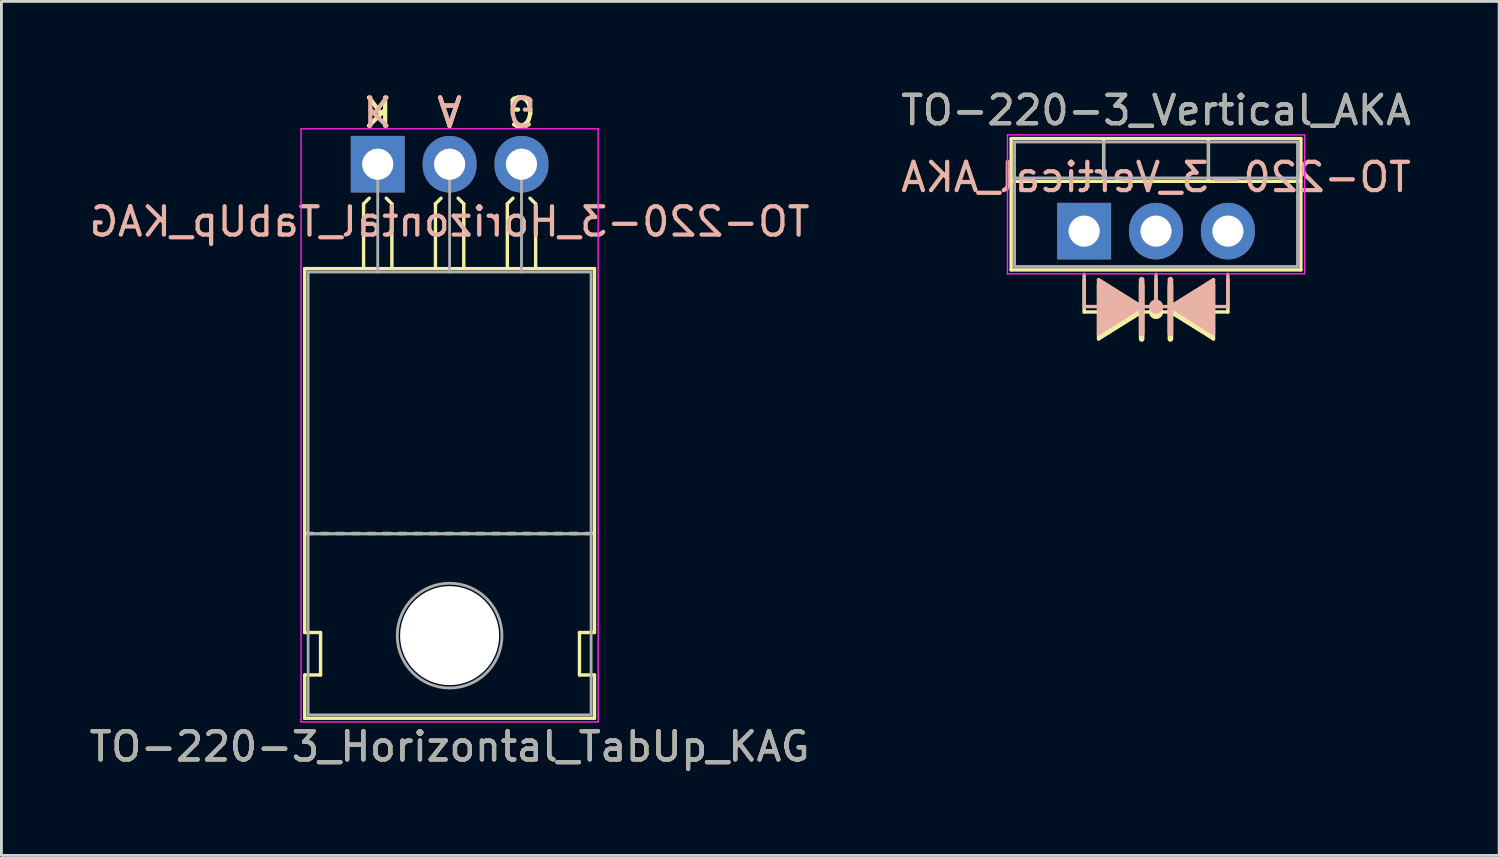
<source format=kicad_pcb>
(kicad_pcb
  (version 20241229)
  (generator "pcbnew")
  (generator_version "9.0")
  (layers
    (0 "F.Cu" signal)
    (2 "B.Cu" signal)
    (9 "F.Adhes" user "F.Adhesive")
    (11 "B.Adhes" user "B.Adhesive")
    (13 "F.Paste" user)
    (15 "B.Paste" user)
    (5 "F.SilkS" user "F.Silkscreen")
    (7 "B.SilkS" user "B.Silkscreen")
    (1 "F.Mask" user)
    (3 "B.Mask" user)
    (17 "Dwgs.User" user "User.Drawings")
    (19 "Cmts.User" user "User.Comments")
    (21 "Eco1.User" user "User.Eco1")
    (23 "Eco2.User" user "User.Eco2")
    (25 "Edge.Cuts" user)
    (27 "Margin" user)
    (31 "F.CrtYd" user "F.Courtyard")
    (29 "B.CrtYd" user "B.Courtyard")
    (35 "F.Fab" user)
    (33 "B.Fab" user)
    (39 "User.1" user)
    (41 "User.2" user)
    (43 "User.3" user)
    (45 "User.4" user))
  (footprint "TO-220-3_Vertical_AKA"
    (layer "F.Cu")
    (at 35.264 5.118)
    (property "Reference" "TO-220-3_Vertical_AKA" (at 2.54 -4.27 0) (layer "F.SilkS") (effects (font (size 1 1) (thickness 0.15))))
    (fp_line (start -2.58 -3.27) (end -2.58 1.371) (stroke (width 0.12) (type solid)) (layer "F.SilkS"))
    (fp_line (start -2.58 -3.27) (end 7.66 -3.27) (stroke (width 0.12) (type solid)) (layer "F.SilkS"))
    (fp_line (start -2.58 -1.76) (end 7.66 -1.76) (stroke (width 0.12) (type solid)) (layer "F.SilkS"))
    (fp_line (start -2.58 1.371) (end 7.66 1.371) (stroke (width 0.12) (type solid)) (layer "F.SilkS"))
    (fp_line (start 0 1.714) (end 0 2.857) (stroke (width 0.12) (type solid)) (layer "F.SilkS"))
    (fp_line (start 0 2.857) (end 0.508 2.857) (stroke (width 0.12) (type solid)) (layer "F.SilkS"))
    (fp_line (start 0.508 2.095) (end 0.508 1.905) (stroke (width 0.12) (type solid)) (layer "F.SilkS"))
    (fp_line (start 0.508 2.095) (end 0.508 3.619) (stroke (width 0.12) (type solid)) (layer "F.SilkS"))
    (fp_line (start 0.508 3.619) (end 0.508 3.81) (stroke (width 0.12) (type solid)) (layer "F.SilkS"))
    (fp_line (start 0.69 -3.27) (end 0.69 -1.76) (stroke (width 0.12) (type solid)) (layer "F.SilkS"))
    (fp_line (start 2.032 2.857) (end 0.508 1.905) (stroke (width 0.12) (type solid)) (layer "F.SilkS"))
    (fp_line (start 2.032 2.857) (end 0.508 3.81) (stroke (width 0.12) (type solid)) (layer "F.SilkS"))
    (fp_line (start 2.032 3.81) (end 2.032 1.905) (stroke (width 0.2) (type solid)) (layer "F.SilkS"))
    (fp_line (start 2.54 1.714) (end 2.54 2.857) (stroke (width 0.12) (type solid)) (layer "F.SilkS"))
    (fp_line (start 2.54 2.857) (end 2.032 2.857) (stroke (width 0.12) (type solid)) (layer "F.SilkS"))
    (fp_line (start 2.54 2.857) (end 3.048 2.857) (stroke (width 0.12) (type solid)) (layer "F.SilkS"))
    (fp_line (start 3.048 1.905) (end 3.048 3.81) (stroke (width 0.2) (type solid)) (layer "F.SilkS"))
    (fp_line (start 3.048 2.857) (end 4.572 3.81) (stroke (width 0.12) (type solid)) (layer "F.SilkS"))
    (fp_line (start 4.391 -3.27) (end 4.391 -1.76) (stroke (width 0.12) (type solid)) (layer "F.SilkS"))
    (fp_line (start 4.572 1.905) (end 3.048 2.857) (stroke (width 0.12) (type solid)) (layer "F.SilkS"))
    (fp_line (start 4.572 3.81) (end 4.572 1.905) (stroke (width 0.12) (type solid)) (layer "F.SilkS"))
    (fp_line (start 5.08 1.714) (end 5.08 2.857) (stroke (width 0.12) (type solid)) (layer "F.SilkS"))
    (fp_line (start 5.08 2.857) (end 4.572 2.857) (stroke (width 0.12) (type solid)) (layer "F.SilkS"))
    (fp_line (start 7.66 -3.27) (end 7.66 1.371) (stroke (width 0.12) (type solid)) (layer "F.SilkS"))
    (fp_circle (center 2.54 2.857) (end 2.54 2.921) (stroke (width 0.12) (type solid)) (fill no) (layer "F.SilkS"))
    (fp_circle (center 2.54 2.857) (end 2.54 2.985) (stroke (width 0.12) (type solid)) (fill no) (layer "F.SilkS"))
    (fp_circle (center 2.54 2.857) (end 2.54 3.048) (stroke (width 0.12) (type solid)) (fill no) (layer "F.SilkS"))
    (fp_poly (pts (xy 2.032 2.857) (xy 0.508 3.81) (xy 0.508 1.905)) (stroke (width 0.1) (type solid)) (fill yes) (layer "F.SilkS"))
    (fp_poly (pts (xy 4.572 3.81) (xy 3.048 2.857) (xy 4.572 1.905)) (stroke (width 0.1) (type solid)) (fill yes) (layer "F.SilkS"))
    (fp_line (start 0 1.524) (end 0 2.667) (stroke (width 0.12) (type solid)) (layer "B.SilkS"))
    (fp_line (start 0 2.667) (end 0.508 2.667) (stroke (width 0.12) (type solid)) (layer "B.SilkS"))
    (fp_line (start 0.508 1.714) (end 2.032 2.667) (stroke (width 0.12) (type solid)) (layer "B.SilkS"))
    (fp_line (start 0.508 3.619) (end 0.508 1.714) (stroke (width 0.12) (type solid)) (layer "B.SilkS"))
    (fp_line (start 2.032 1.714) (end 2.032 3.619) (stroke (width 0.2) (type solid)) (layer "B.SilkS"))
    (fp_line (start 2.032 2.667) (end 0.508 3.619) (stroke (width 0.12) (type solid)) (layer "B.SilkS"))
    (fp_line (start 2.54 1.524) (end 2.54 2.667) (stroke (width 0.12) (type solid)) (layer "B.SilkS"))
    (fp_line (start 2.54 2.667) (end 2.032 2.667) (stroke (width 0.12) (type solid)) (layer "B.SilkS"))
    (fp_line (start 2.54 2.667) (end 3.048 2.667) (stroke (width 0.12) (type solid)) (layer "B.SilkS"))
    (fp_line (start 3.048 2.667) (end 4.572 1.714) (stroke (width 0.12) (type solid)) (layer "B.SilkS"))
    (fp_line (start 3.048 2.667) (end 4.572 3.619) (stroke (width 0.12) (type solid)) (layer "B.SilkS"))
    (fp_line (start 3.048 3.619) (end 3.048 1.714) (stroke (width 0.2) (type solid)) (layer "B.SilkS"))
    (fp_line (start 4.572 1.905) (end 4.572 1.714) (stroke (width 0.12) (type solid)) (layer "B.SilkS"))
    (fp_line (start 4.572 1.905) (end 4.572 3.429) (stroke (width 0.12) (type solid)) (layer "B.SilkS"))
    (fp_line (start 4.572 3.429) (end 4.572 3.619) (stroke (width 0.12) (type solid)) (layer "B.SilkS"))
    (fp_line (start 5.08 1.524) (end 5.08 2.667) (stroke (width 0.12) (type solid)) (layer "B.SilkS"))
    (fp_line (start 5.08 2.667) (end 4.572 2.667) (stroke (width 0.12) (type solid)) (layer "B.SilkS"))
    (fp_circle (center 2.54 2.667) (end 2.54 2.731) (stroke (width 0.12) (type solid)) (fill no) (layer "B.SilkS"))
    (fp_circle (center 2.54 2.667) (end 2.54 2.794) (stroke (width 0.12) (type solid)) (fill no) (layer "B.SilkS"))
    (fp_circle (center 2.54 2.667) (end 2.54 2.857) (stroke (width 0.12) (type solid)) (fill no) (layer "B.SilkS"))
    (fp_poly (pts (xy 0.508 3.619) (xy 2.032 2.667) (xy 0.508 1.714)) (stroke (width 0.1) (type solid)) (fill yes) (layer "B.SilkS"))
    (fp_poly (pts (xy 3.048 2.667) (xy 4.572 3.619) (xy 4.572 1.714)) (stroke (width 0.1) (type solid)) (fill yes) (layer "B.SilkS"))
    (fp_line (start -2.71 -3.4) (end -2.71 1.51) (stroke (width 0.05) (type solid)) (layer "F.CrtYd"))
    (fp_line (start -2.71 1.51) (end 7.79 1.51) (stroke (width 0.05) (type solid)) (layer "F.CrtYd"))
    (fp_line (start 7.79 -3.4) (end -2.71 -3.4) (stroke (width 0.05) (type solid)) (layer "F.CrtYd"))
    (fp_line (start 7.79 1.51) (end 7.79 -3.4) (stroke (width 0.05) (type solid)) (layer "F.CrtYd"))
    (fp_line (start -2.46 -3.15) (end -2.46 1.25) (stroke (width 0.1) (type solid)) (layer "F.Fab"))
    (fp_line (start -2.46 -1.88) (end 7.54 -1.88) (stroke (width 0.1) (type solid)) (layer "F.Fab"))
    (fp_line (start -2.46 1.25) (end 7.54 1.25) (stroke (width 0.1) (type solid)) (layer "F.Fab"))
    (fp_line (start 0.69 -3.15) (end 0.69 -1.88) (stroke (width 0.1) (type solid)) (layer "F.Fab"))
    (fp_line (start 4.39 -3.15) (end 4.39 -1.88) (stroke (width 0.1) (type solid)) (layer "F.Fab"))
    (fp_line (start 7.54 -3.15) (end -2.46 -3.15) (stroke (width 0.1) (type solid)) (layer "F.Fab"))
    (fp_line (start 7.54 1.25) (end 7.54 -3.15) (stroke (width 0.1) (type solid)) (layer "F.Fab"))
    (fp_text user "${REFERENCE}" (at 2.54 -1.905 0) (layer "B.SilkS") (effects (font (size 1 1) (thickness 0.15)) (justify mirror)))
    (fp_text user "${REFERENCE}" (at 2.54 -4.27 0) (layer "F.Fab") (effects (font (size 1 1) (thickness 0.15))))
    (pad "1" thru_hole rect (at 0 0) (size 1.905 2) (drill 1.1) (layers "*.Cu" "*.Mask"))
    (pad "2" thru_hole oval (at 2.54 0) (size 1.905 2) (drill 1.1) (layers "*.Cu" "*.Mask"))
    (pad "3" thru_hole oval (at 5.08 0) (size 1.905 2) (drill 1.1) (layers "*.Cu" "*.Mask")))
  (footprint "TO-220-3_Horizontal_TabUp_KAG"
    (layer "F.Cu")
    (at 10.299 2.753)
    (property "Reference" "TO-220-3_Horizontal_TabUp_KAG" (at 2.54 20.58 0) (layer "F.SilkS") (effects (font (size 1 1) (thickness 0.15))))
    (fp_line (start -2.58 16.55) (end -2.58 3.69) (stroke (width 0.12) (type solid)) (layer "F.SilkS"))
    (fp_line (start -2.58 16.55) (end -2.02 16.55) (stroke (width 0.12) (type solid)) (layer "F.SilkS"))
    (fp_line (start -2.58 19.58) (end -2.58 18.05) (stroke (width 0.12) (type solid)) (layer "F.SilkS"))
    (fp_line (start -2.3 13.05) (end -2.55 13.05) (stroke (width 0.12) (type solid)) (layer "F.SilkS"))
    (fp_line (start -2.02 16.55) (end -2.02 18.05) (stroke (width 0.12) (type solid)) (layer "F.SilkS"))
    (fp_line (start -2.02 18.05) (end -2.58 18.05) (stroke (width 0.12) (type solid)) (layer "F.SilkS"))
    (fp_line (start -1.75 13.05) (end -2 13.05) (stroke (width 0.12) (type solid)) (layer "F.SilkS"))
    (fp_line (start -1.2 13.05) (end -1.45 13.05) (stroke (width 0.12) (type solid)) (layer "F.SilkS"))
    (fp_line (start -0.65 13.05) (end -0.9 13.05) (stroke (width 0.12) (type solid)) (layer "F.SilkS"))
    (fp_line (start -0.5 1.4) (end -0.3 1.2) (stroke (width 0.12) (type solid)) (layer "F.SilkS"))
    (fp_line (start -0.5 3.65) (end -0.5 1.4) (stroke (width 0.12) (type solid)) (layer "F.SilkS"))
    (fp_line (start -0.1 13.05) (end -0.35 13.05) (stroke (width 0.12) (type solid)) (layer "F.SilkS"))
    (fp_line (start 0.45 13.05) (end 0.2 13.05) (stroke (width 0.12) (type solid)) (layer "F.SilkS"))
    (fp_line (start 0.5 1.4) (end 0.3 1.2) (stroke (width 0.12) (type solid)) (layer "F.SilkS"))
    (fp_line (start 0.5 3.65) (end 0.5 1.4) (stroke (width 0.12) (type solid)) (layer "F.SilkS"))
    (fp_line (start 1 13.05) (end 0.75 13.05) (stroke (width 0.12) (type solid)) (layer "F.SilkS"))
    (fp_line (start 1.55 13.05) (end 1.3 13.05) (stroke (width 0.12) (type solid)) (layer "F.SilkS"))
    (fp_line (start 2.04 1.4) (end 2.24 1.2) (stroke (width 0.12) (type solid)) (layer "F.SilkS"))
    (fp_line (start 2.04 3.65) (end 2.04 1.4) (stroke (width 0.12) (type solid)) (layer "F.SilkS"))
    (fp_line (start 2.1 13.05) (end 1.85 13.05) (stroke (width 0.12) (type solid)) (layer "F.SilkS"))
    (fp_line (start 2.65 13.05) (end 2.4 13.05) (stroke (width 0.12) (type solid)) (layer "F.SilkS"))
    (fp_line (start 3.04 1.4) (end 2.84 1.2) (stroke (width 0.12) (type solid)) (layer "F.SilkS"))
    (fp_line (start 3.04 3.65) (end 3.04 1.4) (stroke (width 0.12) (type solid)) (layer "F.SilkS"))
    (fp_line (start 3.2 13.05) (end 2.95 13.05) (stroke (width 0.12) (type solid)) (layer "F.SilkS"))
    (fp_line (start 3.75 13.05) (end 3.5 13.05) (stroke (width 0.12) (type solid)) (layer "F.SilkS"))
    (fp_line (start 4.3 13.05) (end 4.05 13.05) (stroke (width 0.12) (type solid)) (layer "F.SilkS"))
    (fp_line (start 4.58 1.4) (end 4.78 1.2) (stroke (width 0.12) (type solid)) (layer "F.SilkS"))
    (fp_line (start 4.58 3.65) (end 4.58 1.4) (stroke (width 0.12) (type solid)) (layer "F.SilkS"))
    (fp_line (start 4.85 13.05) (end 4.6 13.05) (stroke (width 0.12) (type solid)) (layer "F.SilkS"))
    (fp_line (start 5.4 13.05) (end 5.15 13.05) (stroke (width 0.12) (type solid)) (layer "F.SilkS"))
    (fp_line (start 5.58 1.4) (end 5.38 1.2) (stroke (width 0.12) (type solid)) (layer "F.SilkS"))
    (fp_line (start 5.58 3.65) (end 5.58 1.4) (stroke (width 0.12) (type solid)) (layer "F.SilkS"))
    (fp_line (start 5.95 13.05) (end 5.7 13.05) (stroke (width 0.12) (type solid)) (layer "F.SilkS"))
    (fp_line (start 6.5 13.05) (end 6.25 13.05) (stroke (width 0.12) (type solid)) (layer "F.SilkS"))
    (fp_line (start 7.05 13.05) (end 6.8 13.05) (stroke (width 0.12) (type solid)) (layer "F.SilkS"))
    (fp_line (start 7.13 16.55) (end 7.655 16.55) (stroke (width 0.12) (type solid)) (layer "F.SilkS"))
    (fp_line (start 7.13 18.05) (end 7.13 16.55) (stroke (width 0.12) (type solid)) (layer "F.SilkS"))
    (fp_line (start 7.6 13.05) (end 7.35 13.05) (stroke (width 0.12) (type solid)) (layer "F.SilkS"))
    (fp_line (start 7.66 3.69) (end -2.58 3.69) (stroke (width 0.12) (type solid)) (layer "F.SilkS"))
    (fp_line (start 7.66 16.55) (end 7.66 3.69) (stroke (width 0.12) (type solid)) (layer "F.SilkS"))
    (fp_line (start 7.66 18.05) (end 7.13 18.05) (stroke (width 0.12) (type solid)) (layer "F.SilkS"))
    (fp_line (start 7.66 19.58) (end -2.58 19.58) (stroke (width 0.12) (type solid)) (layer "F.SilkS"))
    (fp_line (start 7.66 19.58) (end 7.66 18.05) (stroke (width 0.12) (type solid)) (layer "F.SilkS"))
    (fp_line (start -2.71 -1.25) (end -2.71 19.71) (stroke (width 0.05) (type solid)) (layer "F.CrtYd"))
    (fp_line (start -2.71 19.71) (end 7.79 19.71) (stroke (width 0.05) (type solid)) (layer "F.CrtYd"))
    (fp_line (start 7.79 -1.25) (end -2.71 -1.25) (stroke (width 0.05) (type solid)) (layer "F.CrtYd"))
    (fp_line (start 7.79 19.71) (end 7.79 -1.25) (stroke (width 0.05) (type solid)) (layer "F.CrtYd"))
    (fp_line (start -2.46 3.81) (end -2.46 13.06) (stroke (width 0.1) (type solid)) (layer "F.Fab"))
    (fp_line (start -2.46 13.06) (end -2.46 19.46) (stroke (width 0.1) (type solid)) (layer "F.Fab"))
    (fp_line (start -2.46 13.06) (end 7.54 13.06) (stroke (width 0.1) (type solid)) (layer "F.Fab"))
    (fp_line (start -2.46 19.46) (end 7.54 19.46) (stroke (width 0.1) (type solid)) (layer "F.Fab"))
    (fp_line (start 0 3.81) (end 0 0) (stroke (width 0.1) (type solid)) (layer "F.Fab"))
    (fp_line (start 2.54 3.81) (end 2.54 0) (stroke (width 0.1) (type solid)) (layer "F.Fab"))
    (fp_line (start 5.08 3.81) (end 5.08 0) (stroke (width 0.1) (type solid)) (layer "F.Fab"))
    (fp_line (start 7.54 3.81) (end -2.46 3.81) (stroke (width 0.1) (type solid)) (layer "F.Fab"))
    (fp_line (start 7.54 13.06) (end -2.46 13.06) (stroke (width 0.1) (type solid)) (layer "F.Fab"))
    (fp_line (start 7.54 13.06) (end 7.54 3.81) (stroke (width 0.1) (type solid)) (layer "F.Fab"))
    (fp_line (start 7.54 19.46) (end 7.54 13.06) (stroke (width 0.1) (type solid)) (layer "F.Fab"))
    (fp_circle (center 2.54 16.66) (end 4.39 16.66) (stroke (width 0.1) (type solid)) (fill no) (layer "F.Fab"))
    (fp_text user "K" (at 0 -1.905 180) (unlocked yes) (layer "F.SilkS") (effects (font (size 1 1) (thickness 0.15))))
    (fp_text user "G" (at 5.08 -1.905 180) (unlocked yes) (layer "F.SilkS") (effects (font (size 1 1) (thickness 0.15))))
    (fp_text user "A" (at 2.54 -1.905 180) (unlocked yes) (layer "F.SilkS") (effects (font (size 1 1) (thickness 0.15))))
    (fp_text user "G" (at 5.08 -1.905 180) (unlocked yes) (layer "B.SilkS") (effects (font (size 1 1) (thickness 0.15)) (justify mirror)))
    (fp_text user "A" (at 2.54 -1.905 180) (unlocked yes) (layer "B.SilkS") (effects (font (size 1 1) (thickness 0.15)) (justify mirror)))
    (fp_text user "K" (at 0 -1.905 180) (unlocked yes) (layer "B.SilkS") (effects (font (size 1 1) (thickness 0.15)) (justify mirror)))
    (fp_text user "${REFERENCE}" (at 2.54 2.032 0) (layer "B.SilkS") (effects (font (size 1 1) (thickness 0.15)) (justify mirror)))
    (fp_text user "${REFERENCE}" (at 2.54 20.58 0) (layer "F.Fab") (effects (font (size 1 1) (thickness 0.15))))
    (pad "" np_thru_hole oval (at 2.54 16.66) (size 3.5 3.5) (drill 3.5) (layers "*.Cu" "*.Mask"))
    (pad "1" thru_hole rect (at 0 0) (size 1.905 2) (drill 1.1) (layers "*.Cu" "*.Mask"))
    (pad "2" thru_hole oval (at 2.54 0) (size 1.905 2) (drill 1.1) (layers "*.Cu" "*.Mask"))
    (pad "3" thru_hole oval (at 5.08 0) (size 1.905 2) (drill 1.1) (layers "*.Cu" "*.Mask")))
  (gr_rect
    (start -3 -3)
    (end 49.929 27.181)
    (stroke (width 0.1) (type default))
    (fill no)
    (layer "Edge.Cuts")))
</source>
